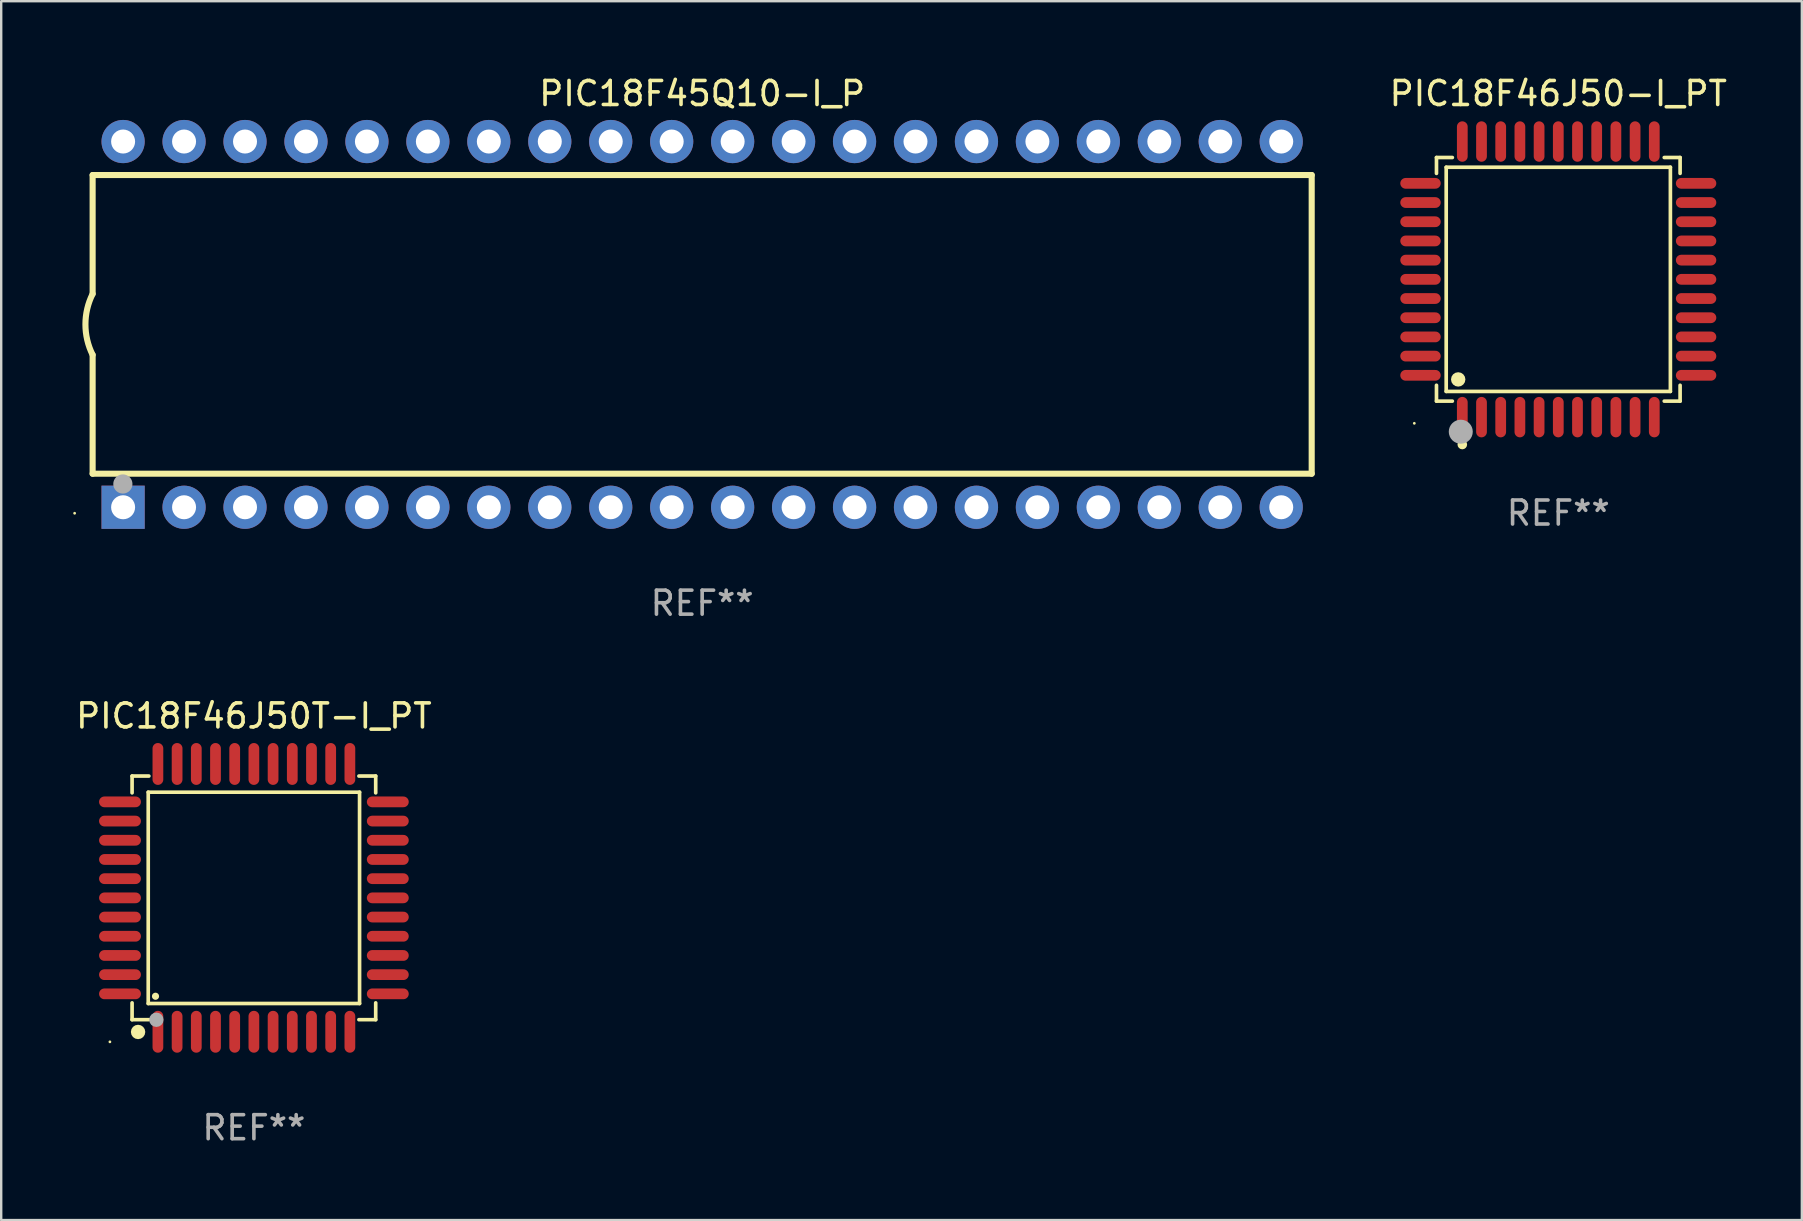
<source format=kicad_pcb>
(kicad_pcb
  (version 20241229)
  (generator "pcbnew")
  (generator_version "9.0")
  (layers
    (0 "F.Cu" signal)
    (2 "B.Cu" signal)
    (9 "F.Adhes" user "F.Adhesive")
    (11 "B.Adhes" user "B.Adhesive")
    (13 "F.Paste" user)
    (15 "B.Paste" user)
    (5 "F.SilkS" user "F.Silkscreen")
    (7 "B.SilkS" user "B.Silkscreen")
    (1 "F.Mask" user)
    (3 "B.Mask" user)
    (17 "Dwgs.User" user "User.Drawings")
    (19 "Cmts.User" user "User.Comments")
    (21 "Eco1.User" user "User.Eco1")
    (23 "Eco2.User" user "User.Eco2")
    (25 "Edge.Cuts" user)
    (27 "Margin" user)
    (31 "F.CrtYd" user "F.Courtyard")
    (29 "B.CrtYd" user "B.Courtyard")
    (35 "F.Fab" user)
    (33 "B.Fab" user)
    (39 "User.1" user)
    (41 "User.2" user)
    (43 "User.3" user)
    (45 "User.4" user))
  (footprint "PIC18F46J50T-I_PT"
    (layer "F.Cu")
    (at 7.53 34.365)
    (property "Reference" "PIC18F46J50T-I_PT" (at 0 -7.58 0) (layer "F.SilkS") (effects (font (size 1 1) (thickness 0.15))))
    (attr through_hole)
    (fp_line (start -5.076 -5.076) (end -5.076 -4.376) (stroke (width 0.152) (type solid)) (layer "F.SilkS"))
    (fp_line (start -5.076 5.076) (end -5.076 4.376) (stroke (width 0.152) (type solid)) (layer "F.SilkS"))
    (fp_line (start -4.403 -4.403) (end 4.403 -4.403) (stroke (width 0.152) (type solid)) (layer "F.SilkS"))
    (fp_line (start -4.403 4.403) (end -4.403 -4.403) (stroke (width 0.152) (type solid)) (layer "F.SilkS"))
    (fp_line (start -4.376 -5.076) (end -5.076 -5.076) (stroke (width 0.152) (type solid)) (layer "F.SilkS"))
    (fp_line (start -4.376 5.076) (end -5.076 5.076) (stroke (width 0.152) (type solid)) (layer "F.SilkS"))
    (fp_line (start 4.376 -5.076) (end 5.076 -5.076) (stroke (width 0.152) (type solid)) (layer "F.SilkS"))
    (fp_line (start 4.376 5.076) (end 5.076 5.076) (stroke (width 0.152) (type solid)) (layer "F.SilkS"))
    (fp_line (start 4.403 -4.403) (end 4.403 4.403) (stroke (width 0.152) (type solid)) (layer "F.SilkS"))
    (fp_line (start 4.403 4.403) (end -4.403 4.403) (stroke (width 0.152) (type solid)) (layer "F.SilkS"))
    (fp_line (start 5.076 -5.076) (end 5.076 -4.376) (stroke (width 0.152) (type solid)) (layer "F.SilkS"))
    (fp_line (start 5.076 5.076) (end 5.076 4.376) (stroke (width 0.152) (type solid)) (layer "F.SilkS"))
    (fp_circle (center -6 6) (end -5.97 6) (stroke (width 0.06) (type solid)) (fill no) (layer "F.SilkS"))
    (fp_circle (center -4.826 5.588) (end -4.676 5.588) (stroke (width 0.3) (type solid)) (fill no) (layer "F.SilkS"))
    (fp_circle (center -4.1 4.1) (end -4.025 4.1) (stroke (width 0.15) (type solid)) (fill no) (layer "F.SilkS"))
    (fp_circle (center -4.064 5.08) (end -3.914 5.08) (stroke (width 0.3) (type solid)) (fill no) (layer "F.Fab"))
    (fp_text user "REF**" (at 0 9.58 0) (layer "F.Fab") (effects (font (size 1 1) (thickness 0.15))))
    (pad "1" smd oval (at -4 5.58) (size 0.448 1.745) (layers "F.Cu" "F.Mask" "F.Paste"))
    (pad "2" smd oval (at -3.2 5.58) (size 0.448 1.745) (layers "F.Cu" "F.Mask" "F.Paste"))
    (pad "3" smd oval (at -2.4 5.58) (size 0.448 1.745) (layers "F.Cu" "F.Mask" "F.Paste"))
    (pad "4" smd oval (at -1.6 5.58) (size 0.448 1.745) (layers "F.Cu" "F.Mask" "F.Paste"))
    (pad "5" smd oval (at -0.8 5.58) (size 0.448 1.745) (layers "F.Cu" "F.Mask" "F.Paste"))
    (pad "6" smd oval (at 0 5.58) (size 0.448 1.745) (layers "F.Cu" "F.Mask" "F.Paste"))
    (pad "7" smd oval (at 0.8 5.58) (size 0.448 1.745) (layers "F.Cu" "F.Mask" "F.Paste"))
    (pad "8" smd oval (at 1.6 5.58) (size 0.448 1.745) (layers "F.Cu" "F.Mask" "F.Paste"))
    (pad "9" smd oval (at 2.4 5.58) (size 0.448 1.745) (layers "F.Cu" "F.Mask" "F.Paste"))
    (pad "10" smd oval (at 3.2 5.58) (size 0.448 1.745) (layers "F.Cu" "F.Mask" "F.Paste"))
    (pad "11" smd oval (at 4 5.58) (size 0.448 1.745) (layers "F.Cu" "F.Mask" "F.Paste"))
    (pad "12" smd oval (at 5.58 4) (size 1.745 0.448) (layers "F.Cu" "F.Mask" "F.Paste"))
    (pad "13" smd oval (at 5.58 3.2) (size 1.745 0.448) (layers "F.Cu" "F.Mask" "F.Paste"))
    (pad "14" smd oval (at 5.58 2.4) (size 1.745 0.448) (layers "F.Cu" "F.Mask" "F.Paste"))
    (pad "15" smd oval (at 5.58 1.6) (size 1.745 0.448) (layers "F.Cu" "F.Mask" "F.Paste"))
    (pad "16" smd oval (at 5.58 0.8) (size 1.745 0.448) (layers "F.Cu" "F.Mask" "F.Paste"))
    (pad "17" smd oval (at 5.58 0) (size 1.745 0.448) (layers "F.Cu" "F.Mask" "F.Paste"))
    (pad "18" smd oval (at 5.58 -0.8) (size 1.745 0.448) (layers "F.Cu" "F.Mask" "F.Paste"))
    (pad "19" smd oval (at 5.58 -1.6) (size 1.745 0.448) (layers "F.Cu" "F.Mask" "F.Paste"))
    (pad "20" smd oval (at 5.58 -2.4) (size 1.745 0.448) (layers "F.Cu" "F.Mask" "F.Paste"))
    (pad "21" smd oval (at 5.58 -3.2) (size 1.745 0.448) (layers "F.Cu" "F.Mask" "F.Paste"))
    (pad "22" smd oval (at 5.58 -4) (size 1.745 0.448) (layers "F.Cu" "F.Mask" "F.Paste"))
    (pad "23" smd oval (at 4 -5.58) (size 0.448 1.745) (layers "F.Cu" "F.Mask" "F.Paste"))
    (pad "24" smd oval (at 3.2 -5.58) (size 0.448 1.745) (layers "F.Cu" "F.Mask" "F.Paste"))
    (pad "25" smd oval (at 2.4 -5.58) (size 0.448 1.745) (layers "F.Cu" "F.Mask" "F.Paste"))
    (pad "26" smd oval (at 1.6 -5.58) (size 0.448 1.745) (layers "F.Cu" "F.Mask" "F.Paste"))
    (pad "27" smd oval (at 0.8 -5.58) (size 0.448 1.745) (layers "F.Cu" "F.Mask" "F.Paste"))
    (pad "28" smd oval (at 0 -5.58) (size 0.448 1.745) (layers "F.Cu" "F.Mask" "F.Paste"))
    (pad "29" smd oval (at -0.8 -5.58) (size 0.448 1.745) (layers "F.Cu" "F.Mask" "F.Paste"))
    (pad "30" smd oval (at -1.6 -5.58) (size 0.448 1.745) (layers "F.Cu" "F.Mask" "F.Paste"))
    (pad "31" smd oval (at -2.4 -5.58) (size 0.448 1.745) (layers "F.Cu" "F.Mask" "F.Paste"))
    (pad "32" smd oval (at -3.2 -5.58) (size 0.448 1.745) (layers "F.Cu" "F.Mask" "F.Paste"))
    (pad "33" smd oval (at -4 -5.58) (size 0.448 1.745) (layers "F.Cu" "F.Mask" "F.Paste"))
    (pad "34" smd oval (at -5.58 -4) (size 1.745 0.448) (layers "F.Cu" "F.Mask" "F.Paste"))
    (pad "35" smd oval (at -5.58 -3.2) (size 1.745 0.448) (layers "F.Cu" "F.Mask" "F.Paste"))
    (pad "36" smd oval (at -5.58 -2.4) (size 1.745 0.448) (layers "F.Cu" "F.Mask" "F.Paste"))
    (pad "37" smd oval (at -5.58 -1.6) (size 1.745 0.448) (layers "F.Cu" "F.Mask" "F.Paste"))
    (pad "38" smd oval (at -5.58 -0.8) (size 1.745 0.448) (layers "F.Cu" "F.Mask" "F.Paste"))
    (pad "39" smd oval (at -5.58 0) (size 1.745 0.448) (layers "F.Cu" "F.Mask" "F.Paste"))
    (pad "40" smd oval (at -5.58 0.8) (size 1.745 0.448) (layers "F.Cu" "F.Mask" "F.Paste"))
    (pad "41" smd oval (at -5.58 1.6) (size 1.745 0.448) (layers "F.Cu" "F.Mask" "F.Paste"))
    (pad "42" smd oval (at -5.58 2.4) (size 1.745 0.448) (layers "F.Cu" "F.Mask" "F.Paste"))
    (pad "43" smd oval (at -5.58 3.2) (size 1.745 0.448) (layers "F.Cu" "F.Mask" "F.Paste"))
    (pad "44" smd oval (at -5.58 4) (size 1.745 0.448) (layers "F.Cu" "F.Mask" "F.Paste")))
  (footprint "PIC18F45Q10-I_P"
    (layer "F.Cu")
    (at 26.21 10.468)
    (property "Reference" "PIC18F45Q10-I_P" (at 0 -9.62 0) (layer "F.SilkS") (effects (font (size 1 1) (thickness 0.15))))
    (attr through_hole)
    (fp_line (start -25.4 -6.224) (end -25.4 -1.271) (stroke (width 0.254) (type solid)) (layer "F.SilkS"))
    (fp_line (start -25.4 -6.224) (end 25.4 -6.224) (stroke (width 0.254) (type solid)) (layer "F.SilkS"))
    (fp_line (start -25.4 1.269) (end -25.4 6.222) (stroke (width 0.254) (type solid)) (layer "F.SilkS"))
    (fp_line (start -25.4 6.222) (end 25.4 6.222) (stroke (width 0.254) (type solid)) (layer "F.SilkS"))
    (fp_line (start 25.4 6.222) (end 25.4 -6.224) (stroke (width 0.254) (type solid)) (layer "F.SilkS"))
    (fp_arc (start -25.4 1.269241) (mid -25.699807 -0.000762) (end -25.4 -1.270765) (stroke (width 0.254001) (type solid)) (layer "F.SilkS"))
    (fp_circle (center -26.15 7.87) (end -26.12 7.87) (stroke (width 0.06) (type solid)) (fill no) (layer "F.SilkS"))
    (fp_circle (center -24.14 6.65) (end -23.94 6.65) (stroke (width 0.4) (type solid)) (fill no) (layer "F.Fab"))
    (fp_text user "REF**" (at 0 11.62 0) (layer "F.Fab") (effects (font (size 1 1) (thickness 0.15))))
    (pad "1" thru_hole rect (at -24.13 7.62 90) (size 1.8 1.8) (drill 1) (layers "*.Cu" "*.Mask"))
    (pad "2" thru_hole circle (at -21.59 7.62) (size 1.8 1.8) (drill 1) (layers "*.Cu" "*.Mask"))
    (pad "3" thru_hole circle (at -19.05 7.62) (size 1.8 1.8) (drill 1) (layers "*.Cu" "*.Mask"))
    (pad "4" thru_hole circle (at -16.51 7.62) (size 1.8 1.8) (drill 1) (layers "*.Cu" "*.Mask"))
    (pad "5" thru_hole circle (at -13.97 7.62) (size 1.8 1.8) (drill 1) (layers "*.Cu" "*.Mask"))
    (pad "6" thru_hole circle (at -11.43 7.62) (size 1.8 1.8) (drill 1) (layers "*.Cu" "*.Mask"))
    (pad "7" thru_hole circle (at -8.89 7.62) (size 1.8 1.8) (drill 1) (layers "*.Cu" "*.Mask"))
    (pad "8" thru_hole circle (at -6.35 7.62) (size 1.8 1.8) (drill 1) (layers "*.Cu" "*.Mask"))
    (pad "9" thru_hole circle (at -3.81 7.62) (size 1.8 1.8) (drill 1) (layers "*.Cu" "*.Mask"))
    (pad "10" thru_hole circle (at -1.27 7.62) (size 1.8 1.8) (drill 1) (layers "*.Cu" "*.Mask"))
    (pad "11" thru_hole circle (at 1.27 7.62) (size 1.8 1.8) (drill 1) (layers "*.Cu" "*.Mask"))
    (pad "12" thru_hole circle (at 3.81 7.62) (size 1.8 1.8) (drill 1) (layers "*.Cu" "*.Mask"))
    (pad "13" thru_hole circle (at 6.35 7.62) (size 1.8 1.8) (drill 1) (layers "*.Cu" "*.Mask"))
    (pad "14" thru_hole circle (at 8.89 7.62) (size 1.8 1.8) (drill 1) (layers "*.Cu" "*.Mask"))
    (pad "15" thru_hole circle (at 11.43 7.62) (size 1.8 1.8) (drill 1) (layers "*.Cu" "*.Mask"))
    (pad "16" thru_hole circle (at 13.97 7.62) (size 1.8 1.8) (drill 1) (layers "*.Cu" "*.Mask"))
    (pad "17" thru_hole circle (at 16.51 7.62) (size 1.8 1.8) (drill 1) (layers "*.Cu" "*.Mask"))
    (pad "18" thru_hole circle (at 19.05 7.62) (size 1.8 1.8) (drill 1) (layers "*.Cu" "*.Mask"))
    (pad "19" thru_hole circle (at 21.59 7.62) (size 1.8 1.8) (drill 1) (layers "*.Cu" "*.Mask"))
    (pad "20" thru_hole circle (at 24.13 7.62) (size 1.8 1.8) (drill 1) (layers "*.Cu" "*.Mask"))
    (pad "21" thru_hole circle (at 24.13 -7.62) (size 1.8 1.8) (drill 1) (layers "*.Cu" "*.Mask"))
    (pad "22" thru_hole circle (at 21.59 -7.62) (size 1.8 1.8) (drill 1) (layers "*.Cu" "*.Mask"))
    (pad "23" thru_hole circle (at 19.05 -7.62) (size 1.8 1.8) (drill 1) (layers "*.Cu" "*.Mask"))
    (pad "24" thru_hole circle (at 16.51 -7.62) (size 1.8 1.8) (drill 1) (layers "*.Cu" "*.Mask"))
    (pad "25" thru_hole circle (at 13.97 -7.62) (size 1.8 1.8) (drill 1) (layers "*.Cu" "*.Mask"))
    (pad "26" thru_hole circle (at 11.43 -7.62) (size 1.8 1.8) (drill 1) (layers "*.Cu" "*.Mask"))
    (pad "27" thru_hole circle (at 8.89 -7.62) (size 1.8 1.8) (drill 1) (layers "*.Cu" "*.Mask"))
    (pad "28" thru_hole circle (at 6.35 -7.62) (size 1.8 1.8) (drill 1) (layers "*.Cu" "*.Mask"))
    (pad "29" thru_hole circle (at 3.81 -7.62) (size 1.8 1.8) (drill 1) (layers "*.Cu" "*.Mask"))
    (pad "30" thru_hole circle (at 1.27 -7.62) (size 1.8 1.8) (drill 1) (layers "*.Cu" "*.Mask"))
    (pad "31" thru_hole circle (at -1.27 -7.62) (size 1.8 1.8) (drill 1) (layers "*.Cu" "*.Mask"))
    (pad "32" thru_hole circle (at -3.81 -7.62) (size 1.8 1.8) (drill 1) (layers "*.Cu" "*.Mask"))
    (pad "33" thru_hole circle (at -6.35 -7.62) (size 1.8 1.8) (drill 1) (layers "*.Cu" "*.Mask"))
    (pad "34" thru_hole circle (at -8.89 -7.62) (size 1.8 1.8) (drill 1) (layers "*.Cu" "*.Mask"))
    (pad "35" thru_hole circle (at -11.43 -7.62) (size 1.8 1.8) (drill 1) (layers "*.Cu" "*.Mask"))
    (pad "36" thru_hole circle (at -13.97 -7.62) (size 1.8 1.8) (drill 1) (layers "*.Cu" "*.Mask"))
    (pad "37" thru_hole circle (at -16.51 -7.62) (size 1.8 1.8) (drill 1) (layers "*.Cu" "*.Mask"))
    (pad "38" thru_hole circle (at -19.05 -7.62) (size 1.8 1.8) (drill 1) (layers "*.Cu" "*.Mask"))
    (pad "39" thru_hole circle (at -21.59 -7.62) (size 1.8 1.8) (drill 1) (layers "*.Cu" "*.Mask"))
    (pad "40" thru_hole circle (at -24.13 -7.62) (size 1.8 1.8) (drill 1) (layers "*.Cu" "*.Mask")))
  (footprint "PIC18F46J50-I_PT"
    (layer "F.Cu")
    (at 61.886 8.59)
    (property "Reference" "PIC18F46J50-I_PT" (at 0 -7.742 0) (layer "F.SilkS") (effects (font (size 1 1) (thickness 0.15))))
    (attr through_hole)
    (fp_line (start -5.076 -5.076) (end -4.415 -5.076) (stroke (width 0.152) (type solid)) (layer "F.SilkS"))
    (fp_line (start -5.076 -4.415) (end -5.076 -5.076) (stroke (width 0.152) (type solid)) (layer "F.SilkS"))
    (fp_line (start -5.076 4.415) (end -5.076 5.076) (stroke (width 0.152) (type solid)) (layer "F.SilkS"))
    (fp_line (start -5.076 5.076) (end -4.415 5.076) (stroke (width 0.152) (type solid)) (layer "F.SilkS"))
    (fp_line (start -4.671 -4.671) (end 4.671 -4.671) (stroke (width 0.152) (type solid)) (layer "F.SilkS"))
    (fp_line (start -4.671 4.671) (end -4.671 -4.671) (stroke (width 0.152) (type solid)) (layer "F.SilkS"))
    (fp_line (start 4.671 -4.671) (end 4.671 4.671) (stroke (width 0.152) (type solid)) (layer "F.SilkS"))
    (fp_line (start 4.671 4.671) (end -4.671 4.671) (stroke (width 0.152) (type solid)) (layer "F.SilkS"))
    (fp_line (start 5.076 -5.076) (end 4.415 -5.076) (stroke (width 0.152) (type solid)) (layer "F.SilkS"))
    (fp_line (start 5.076 -4.415) (end 5.076 -5.076) (stroke (width 0.152) (type solid)) (layer "F.SilkS"))
    (fp_line (start 5.076 4.415) (end 5.076 5.076) (stroke (width 0.152) (type solid)) (layer "F.SilkS"))
    (fp_line (start 5.076 5.076) (end 4.415 5.076) (stroke (width 0.152) (type solid)) (layer "F.SilkS"))
    (fp_circle (center -6 6) (end -5.97 6) (stroke (width 0.06) (type solid)) (fill no) (layer "F.SilkS"))
    (fp_circle (center -4.171 4.171) (end -4.021 4.171) (stroke (width 0.3) (type solid)) (fill no) (layer "F.SilkS"))
    (fp_circle (center -4 6.884) (end -3.9 6.884) (stroke (width 0.2) (type solid)) (fill no) (layer "F.SilkS"))
    (fp_circle (center -4.064 6.35) (end -3.814 6.35) (stroke (width 0.5) (type solid)) (fill no) (layer "F.Fab"))
    (fp_text user "REF**" (at 0 9.742 0) (layer "F.Fab") (effects (font (size 1 1) (thickness 0.15))))
    (pad "1" smd oval (at -4 5.742) (size 0.448 1.684) (layers "F.Cu" "F.Mask" "F.Paste"))
    (pad "2" smd oval (at -3.2 5.742) (size 0.448 1.684) (layers "F.Cu" "F.Mask" "F.Paste"))
    (pad "3" smd oval (at -2.4 5.742) (size 0.448 1.684) (layers "F.Cu" "F.Mask" "F.Paste"))
    (pad "4" smd oval (at -1.6 5.742) (size 0.448 1.684) (layers "F.Cu" "F.Mask" "F.Paste"))
    (pad "5" smd oval (at -0.8 5.742) (size 0.448 1.684) (layers "F.Cu" "F.Mask" "F.Paste"))
    (pad "6" smd oval (at 0 5.742) (size 0.448 1.684) (layers "F.Cu" "F.Mask" "F.Paste"))
    (pad "7" smd oval (at 0.8 5.742) (size 0.448 1.684) (layers "F.Cu" "F.Mask" "F.Paste"))
    (pad "8" smd oval (at 1.6 5.742) (size 0.448 1.684) (layers "F.Cu" "F.Mask" "F.Paste"))
    (pad "9" smd oval (at 2.4 5.742) (size 0.448 1.684) (layers "F.Cu" "F.Mask" "F.Paste"))
    (pad "10" smd oval (at 3.2 5.742) (size 0.448 1.684) (layers "F.Cu" "F.Mask" "F.Paste"))
    (pad "11" smd oval (at 4 5.742) (size 0.448 1.684) (layers "F.Cu" "F.Mask" "F.Paste"))
    (pad "12" smd oval (at 5.742 4) (size 1.684 0.448) (layers "F.Cu" "F.Mask" "F.Paste"))
    (pad "13" smd oval (at 5.742 3.2) (size 1.684 0.448) (layers "F.Cu" "F.Mask" "F.Paste"))
    (pad "14" smd oval (at 5.742 2.4) (size 1.684 0.448) (layers "F.Cu" "F.Mask" "F.Paste"))
    (pad "15" smd oval (at 5.742 1.6) (size 1.684 0.448) (layers "F.Cu" "F.Mask" "F.Paste"))
    (pad "16" smd oval (at 5.742 0.8) (size 1.684 0.448) (layers "F.Cu" "F.Mask" "F.Paste"))
    (pad "17" smd oval (at 5.742 0) (size 1.684 0.448) (layers "F.Cu" "F.Mask" "F.Paste"))
    (pad "18" smd oval (at 5.742 -0.8) (size 1.684 0.448) (layers "F.Cu" "F.Mask" "F.Paste"))
    (pad "19" smd oval (at 5.742 -1.6) (size 1.684 0.448) (layers "F.Cu" "F.Mask" "F.Paste"))
    (pad "20" smd oval (at 5.742 -2.4) (size 1.684 0.448) (layers "F.Cu" "F.Mask" "F.Paste"))
    (pad "21" smd oval (at 5.742 -3.2) (size 1.684 0.448) (layers "F.Cu" "F.Mask" "F.Paste"))
    (pad "22" smd oval (at 5.742 -4) (size 1.684 0.448) (layers "F.Cu" "F.Mask" "F.Paste"))
    (pad "23" smd oval (at 4 -5.742) (size 0.448 1.684) (layers "F.Cu" "F.Mask" "F.Paste"))
    (pad "24" smd oval (at 3.2 -5.742) (size 0.448 1.684) (layers "F.Cu" "F.Mask" "F.Paste"))
    (pad "25" smd oval (at 2.4 -5.742) (size 0.448 1.684) (layers "F.Cu" "F.Mask" "F.Paste"))
    (pad "26" smd oval (at 1.6 -5.742) (size 0.448 1.684) (layers "F.Cu" "F.Mask" "F.Paste"))
    (pad "27" smd oval (at 0.8 -5.742) (size 0.448 1.684) (layers "F.Cu" "F.Mask" "F.Paste"))
    (pad "28" smd oval (at 0 -5.742) (size 0.448 1.684) (layers "F.Cu" "F.Mask" "F.Paste"))
    (pad "29" smd oval (at -0.8 -5.742) (size 0.448 1.684) (layers "F.Cu" "F.Mask" "F.Paste"))
    (pad "30" smd oval (at -1.6 -5.742) (size 0.448 1.684) (layers "F.Cu" "F.Mask" "F.Paste"))
    (pad "31" smd oval (at -2.4 -5.742) (size 0.448 1.684) (layers "F.Cu" "F.Mask" "F.Paste"))
    (pad "32" smd oval (at -3.2 -5.742) (size 0.448 1.684) (layers "F.Cu" "F.Mask" "F.Paste"))
    (pad "33" smd oval (at -4 -5.742) (size 0.448 1.684) (layers "F.Cu" "F.Mask" "F.Paste"))
    (pad "34" smd oval (at -5.742 -4) (size 1.684 0.448) (layers "F.Cu" "F.Mask" "F.Paste"))
    (pad "35" smd oval (at -5.742 -3.2) (size 1.684 0.448) (layers "F.Cu" "F.Mask" "F.Paste"))
    (pad "36" smd oval (at -5.742 -2.4) (size 1.684 0.448) (layers "F.Cu" "F.Mask" "F.Paste"))
    (pad "37" smd oval (at -5.742 -1.6) (size 1.684 0.448) (layers "F.Cu" "F.Mask" "F.Paste"))
    (pad "38" smd oval (at -5.742 -0.8) (size 1.684 0.448) (layers "F.Cu" "F.Mask" "F.Paste"))
    (pad "39" smd oval (at -5.742 0) (size 1.684 0.448) (layers "F.Cu" "F.Mask" "F.Paste"))
    (pad "40" smd oval (at -5.742 0.8) (size 1.684 0.448) (layers "F.Cu" "F.Mask" "F.Paste"))
    (pad "41" smd oval (at -5.742 1.6) (size 1.684 0.448) (layers "F.Cu" "F.Mask" "F.Paste"))
    (pad "42" smd oval (at -5.742 2.4) (size 1.684 0.448) (layers "F.Cu" "F.Mask" "F.Paste"))
    (pad "43" smd oval (at -5.742 3.2) (size 1.684 0.448) (layers "F.Cu" "F.Mask" "F.Paste"))
    (pad "44" smd oval (at -5.742 4) (size 1.684 0.448) (layers "F.Cu" "F.Mask" "F.Paste")))
  (gr_rect
    (start -3 -3)
    (end 72.035 47.793)
    (stroke (width 0.1) (type default))
    (fill no)
    (layer "Edge.Cuts")))
</source>
